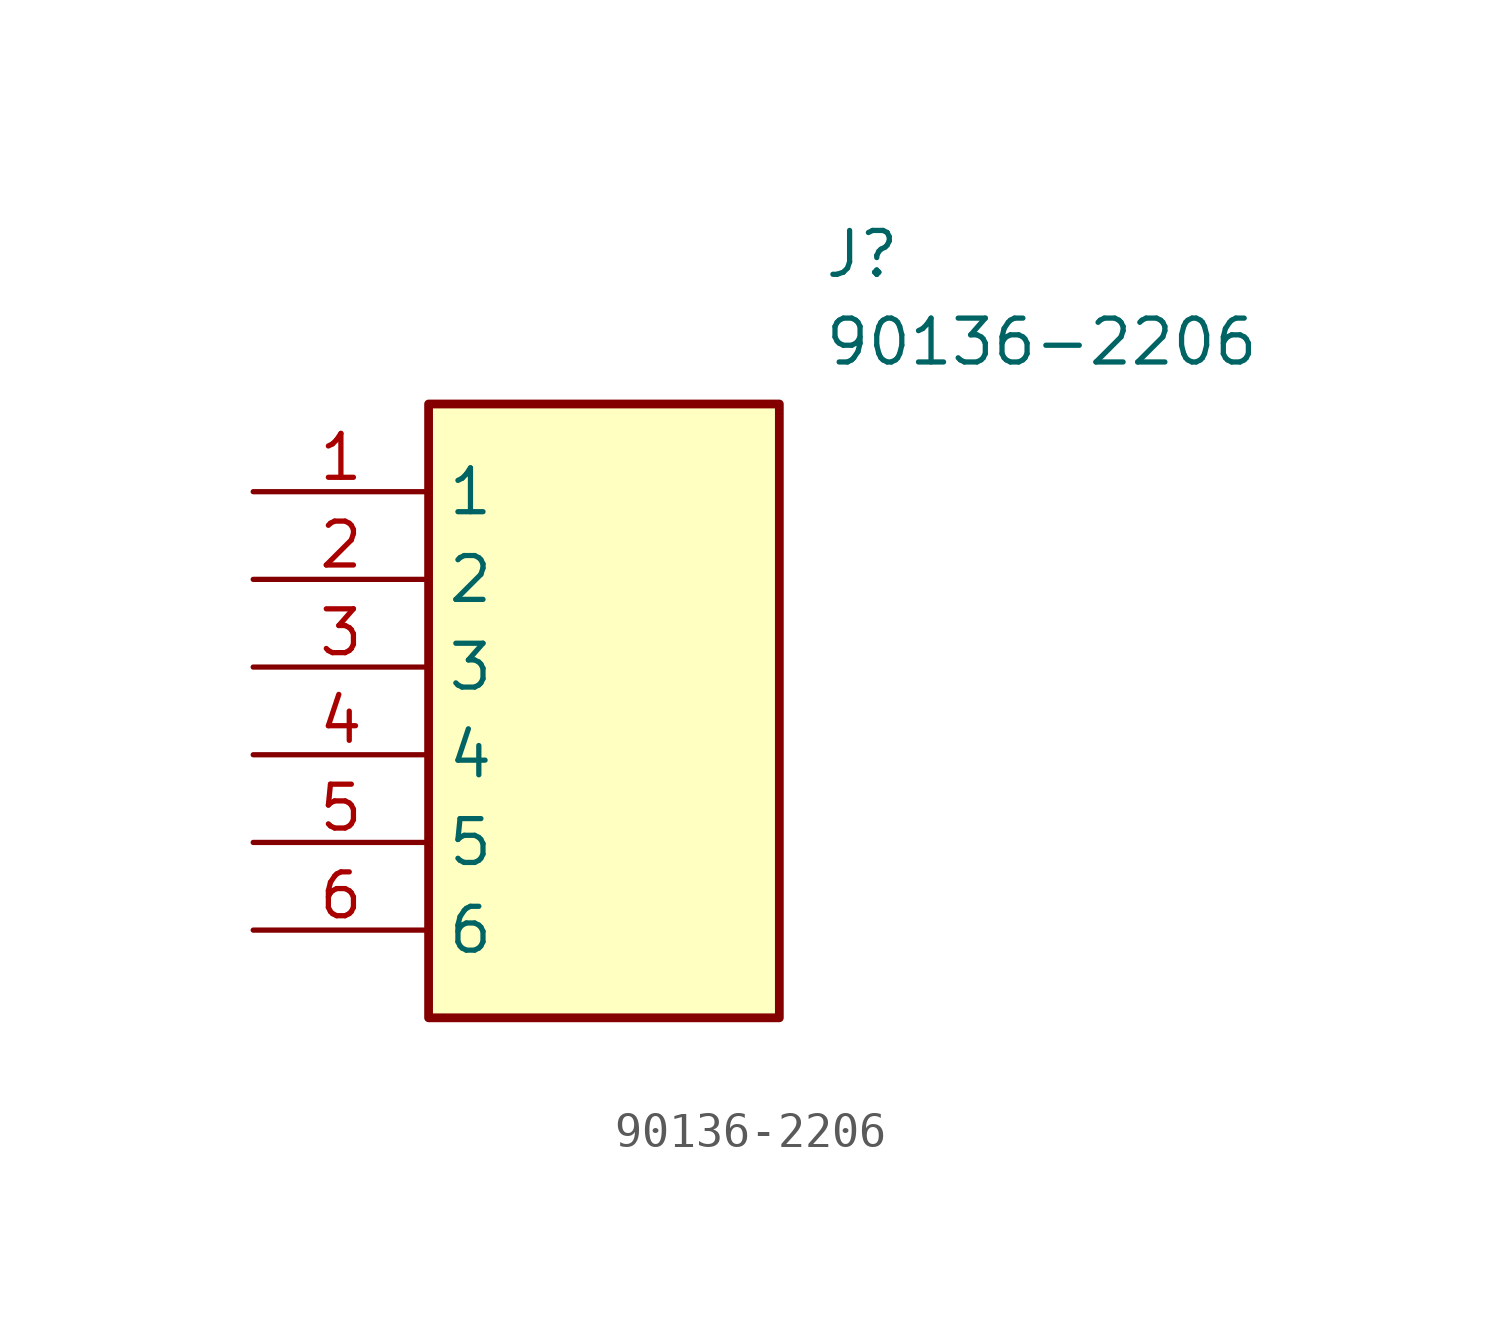
<source format=kicad_sym>
(kicad_symbol_lib
  (version 20211014)
  (generator SamacSys_ECAD_Model)
  (symbol "90136-2206"
    (property "Reference" "J"
      (at 16.51 7.62 0)
      (effects (font (size 1.27 1.27)) (justify left top)))
    (property "Value" "90136-2206"
      (at 16.51 5.08 0)
      (effects (font (size 1.27 1.27)) (justify left top)))
    (rectangle
      (start 5.08 2.54)
      (end 15.24 -15.24)
      (stroke (width 0.254) (type default))
      (fill (type background)))
    (pin passive line
      (at 0 0 0)
      (length 5.08)
      (name "1" (effects (font (size 1.27 1.27))))
      (number "1" (effects (font (size 1.27 1.27)))))
    (pin passive line
      (at 0 -2.54 0)
      (length 5.08)
      (name "2" (effects (font (size 1.27 1.27))))
      (number "2" (effects (font (size 1.27 1.27)))))
    (pin passive line
      (at 0 -5.08 0)
      (length 5.08)
      (name "3" (effects (font (size 1.27 1.27))))
      (number "3" (effects (font (size 1.27 1.27)))))
    (pin passive line
      (at 0 -7.62 0)
      (length 5.08)
      (name "4" (effects (font (size 1.27 1.27))))
      (number "4" (effects (font (size 1.27 1.27)))))
    (pin passive line
      (at 0 -10.16 0)
      (length 5.08)
      (name "5" (effects (font (size 1.27 1.27))))
      (number "5" (effects (font (size 1.27 1.27)))))
    (pin passive line
      (at 0 -12.7 0)
      (length 5.08)
      (name "6" (effects (font (size 1.27 1.27))))
      (number "6" (effects (font (size 1.27 1.27)))))))
</source>
